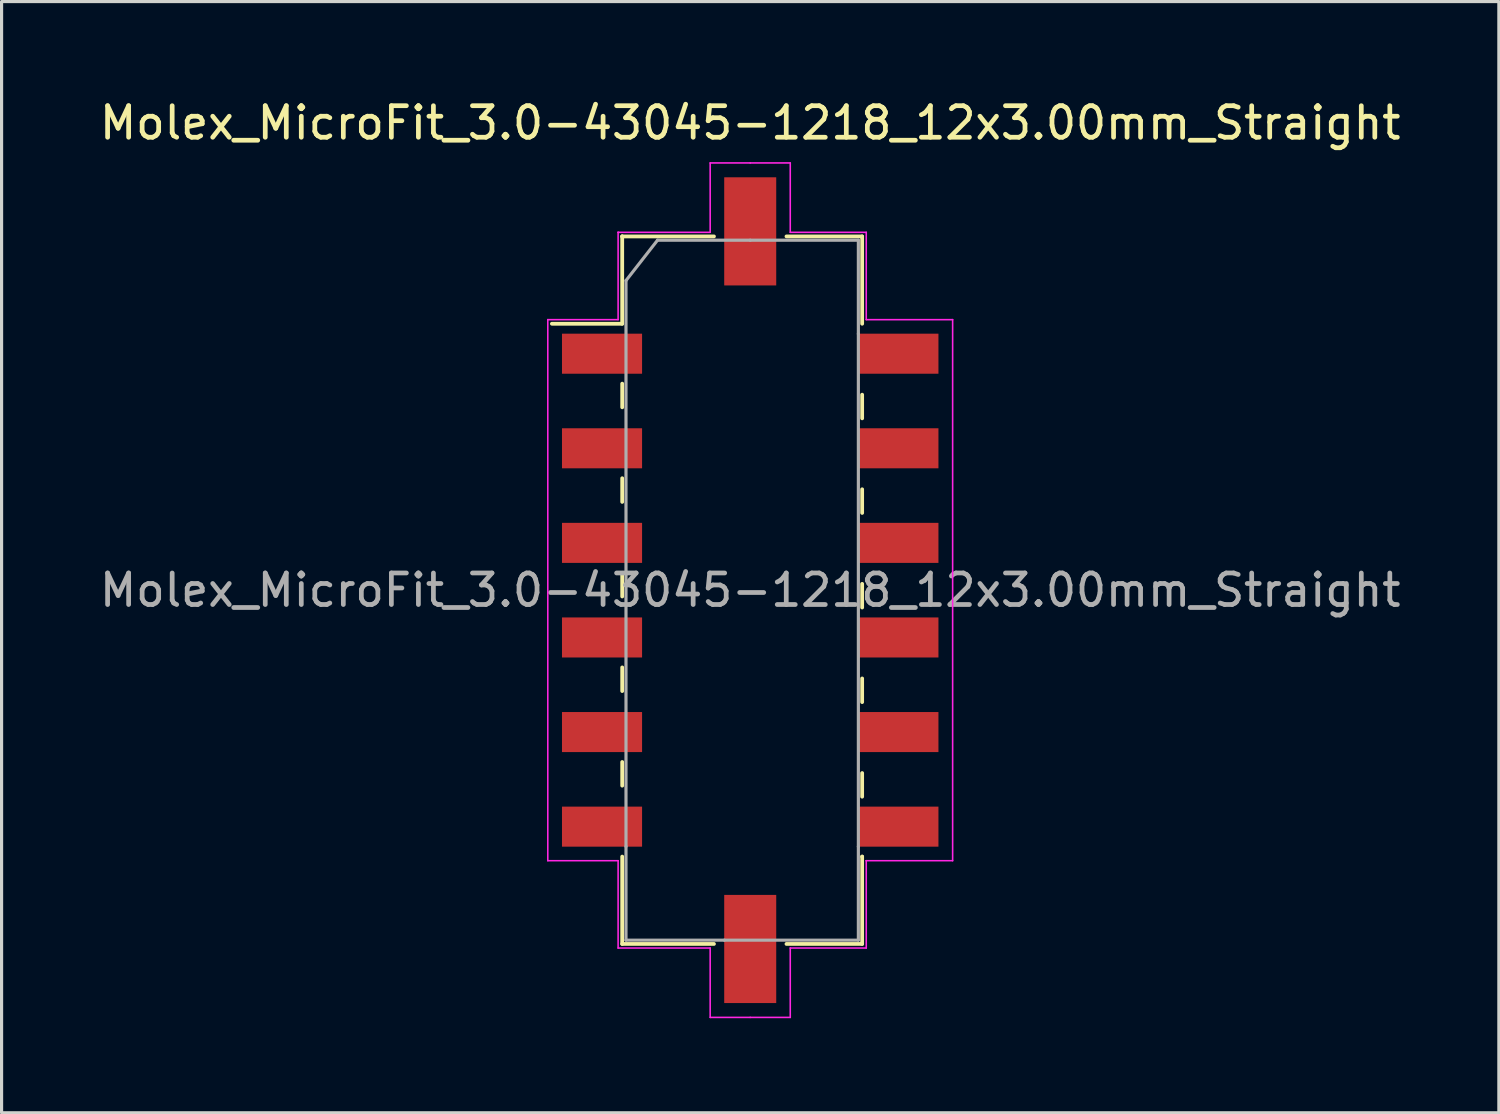
<source format=kicad_pcb>
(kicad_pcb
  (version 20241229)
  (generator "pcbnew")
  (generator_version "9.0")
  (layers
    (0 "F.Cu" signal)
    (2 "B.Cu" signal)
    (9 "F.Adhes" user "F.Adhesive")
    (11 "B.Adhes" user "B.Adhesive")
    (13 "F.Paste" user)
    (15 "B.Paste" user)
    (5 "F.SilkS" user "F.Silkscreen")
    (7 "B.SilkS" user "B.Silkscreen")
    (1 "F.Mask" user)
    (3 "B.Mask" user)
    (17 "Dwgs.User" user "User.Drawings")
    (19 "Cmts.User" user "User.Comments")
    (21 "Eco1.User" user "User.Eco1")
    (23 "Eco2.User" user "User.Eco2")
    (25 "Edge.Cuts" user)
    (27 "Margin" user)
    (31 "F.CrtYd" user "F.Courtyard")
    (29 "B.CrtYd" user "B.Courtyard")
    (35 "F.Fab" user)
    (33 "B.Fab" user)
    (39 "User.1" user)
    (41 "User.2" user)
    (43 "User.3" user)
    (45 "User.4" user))
  (footprint "Molex_MicroFit_3.0-43045-1218_12x3.00mm_Straight"
    (layer "F.Cu")
    (at 20.744 15.668)
    (property "Reference" "Molex_MicroFit_3.0-43045-1218_12x3.00mm_Straight" (at 0 -14.82 0) (layer "F.SilkS") (effects (font (size 1 1) (thickness 0.15))))
    (attr smd)
    (fp_line (start -6.29 -8.45) (end -4.06 -8.45) (stroke (width 0.12) (type solid)) (layer "F.SilkS"))
    (fp_line (start -4.06 -11.22) (end -4.06 -11.22) (stroke (width 0.12) (type solid)) (layer "F.SilkS"))
    (fp_line (start -4.06 -11.22) (end -1.15 -11.22) (stroke (width 0.12) (type solid)) (layer "F.SilkS"))
    (fp_line (start -4.06 -8.45) (end -4.06 -11.22) (stroke (width 0.12) (type solid)) (layer "F.SilkS"))
    (fp_line (start -4.06 -6.55) (end -4.06 -5.8) (stroke (width 0.12) (type solid)) (layer "F.SilkS"))
    (fp_line (start -4.06 -3.55) (end -4.06 -2.8) (stroke (width 0.12) (type solid)) (layer "F.SilkS"))
    (fp_line (start -4.06 -0.55) (end -4.06 0.2) (stroke (width 0.12) (type solid)) (layer "F.SilkS"))
    (fp_line (start -4.06 2.45) (end -4.06 3.2) (stroke (width 0.12) (type solid)) (layer "F.SilkS"))
    (fp_line (start -4.06 5.45) (end -4.06 6.2) (stroke (width 0.12) (type solid)) (layer "F.SilkS"))
    (fp_line (start -4.06 11.22) (end -4.06 8.45) (stroke (width 0.12) (type solid)) (layer "F.SilkS"))
    (fp_line (start -1.15 11.22) (end -4.06 11.22) (stroke (width 0.12) (type solid)) (layer "F.SilkS"))
    (fp_line (start 1.15 -11.22) (end 3.55 -11.22) (stroke (width 0.12) (type solid)) (layer "F.SilkS"))
    (fp_line (start 3.55 -11.22) (end 3.55 -8.45) (stroke (width 0.12) (type solid)) (layer "F.SilkS"))
    (fp_line (start 3.55 -5.45) (end 3.55 -6.2) (stroke (width 0.12) (type solid)) (layer "F.SilkS"))
    (fp_line (start 3.55 -2.45) (end 3.55 -3.2) (stroke (width 0.12) (type solid)) (layer "F.SilkS"))
    (fp_line (start 3.55 0.55) (end 3.55 -0.2) (stroke (width 0.12) (type solid)) (layer "F.SilkS"))
    (fp_line (start 3.55 3.55) (end 3.55 2.8) (stroke (width 0.12) (type solid)) (layer "F.SilkS"))
    (fp_line (start 3.55 6.55) (end 3.55 5.8) (stroke (width 0.12) (type solid)) (layer "F.SilkS"))
    (fp_line (start 3.55 8.45) (end 3.55 8.45) (stroke (width 0.12) (type solid)) (layer "F.SilkS"))
    (fp_line (start 3.55 8.45) (end 3.55 11.22) (stroke (width 0.12) (type solid)) (layer "F.SilkS"))
    (fp_line (start 3.55 11.22) (end 1.15 11.22) (stroke (width 0.12) (type solid)) (layer "F.SilkS"))
    (fp_line (start -6.42 -8.58) (end -4.19 -8.58) (stroke (width 0.05) (type solid)) (layer "F.CrtYd"))
    (fp_line (start -6.42 8.58) (end -6.42 -8.58) (stroke (width 0.05) (type solid)) (layer "F.CrtYd"))
    (fp_line (start -4.19 -11.35) (end -4.19 -11.35) (stroke (width 0.05) (type solid)) (layer "F.CrtYd"))
    (fp_line (start -4.19 -11.35) (end -1.27 -11.35) (stroke (width 0.05) (type solid)) (layer "F.CrtYd"))
    (fp_line (start -4.19 -8.58) (end -4.19 -11.35) (stroke (width 0.05) (type solid)) (layer "F.CrtYd"))
    (fp_line (start -4.19 8.58) (end -6.42 8.58) (stroke (width 0.05) (type solid)) (layer "F.CrtYd"))
    (fp_line (start -4.19 11.35) (end -4.19 8.58) (stroke (width 0.05) (type solid)) (layer "F.CrtYd"))
    (fp_line (start -1.27 -13.55) (end 0 -13.55) (stroke (width 0.05) (type solid)) (layer "F.CrtYd"))
    (fp_line (start -1.27 -11.35) (end -1.27 -13.55) (stroke (width 0.05) (type solid)) (layer "F.CrtYd"))
    (fp_line (start -1.27 11.35) (end -4.19 11.35) (stroke (width 0.05) (type solid)) (layer "F.CrtYd"))
    (fp_line (start -1.27 13.55) (end -1.27 11.35) (stroke (width 0.05) (type solid)) (layer "F.CrtYd"))
    (fp_line (start 0 -13.55) (end 1.27 -13.55) (stroke (width 0.05) (type solid)) (layer "F.CrtYd"))
    (fp_line (start 0 13.55) (end -1.27 13.55) (stroke (width 0.05) (type solid)) (layer "F.CrtYd"))
    (fp_line (start 1.27 -13.55) (end 1.27 -11.35) (stroke (width 0.05) (type solid)) (layer "F.CrtYd"))
    (fp_line (start 1.27 -11.35) (end 3.68 -11.35) (stroke (width 0.05) (type solid)) (layer "F.CrtYd"))
    (fp_line (start 1.27 11.35) (end 1.27 13.55) (stroke (width 0.05) (type solid)) (layer "F.CrtYd"))
    (fp_line (start 1.27 13.55) (end 0 13.55) (stroke (width 0.05) (type solid)) (layer "F.CrtYd"))
    (fp_line (start 3.68 -11.35) (end 3.68 -8.58) (stroke (width 0.05) (type solid)) (layer "F.CrtYd"))
    (fp_line (start 3.68 -8.58) (end 6.42 -8.58) (stroke (width 0.05) (type solid)) (layer "F.CrtYd"))
    (fp_line (start 3.68 8.58) (end 3.68 8.58) (stroke (width 0.05) (type solid)) (layer "F.CrtYd"))
    (fp_line (start 3.68 8.58) (end 3.68 11.35) (stroke (width 0.05) (type solid)) (layer "F.CrtYd"))
    (fp_line (start 3.68 11.35) (end 1.27 11.35) (stroke (width 0.05) (type solid)) (layer "F.CrtYd"))
    (fp_line (start 6.42 -8.58) (end 6.42 8.58) (stroke (width 0.05) (type solid)) (layer "F.CrtYd"))
    (fp_line (start 6.42 8.58) (end 3.68 8.58) (stroke (width 0.05) (type solid)) (layer "F.CrtYd"))
    (fp_line (start -3.94 -9.82) (end -2.94 -11.1) (stroke (width 0.1) (type solid)) (layer "F.Fab"))
    (fp_line (start -3.94 8.13) (end -3.94 -9.82) (stroke (width 0.1) (type solid)) (layer "F.Fab"))
    (fp_line (start -3.94 11.1) (end -3.94 8.13) (stroke (width 0.1) (type solid)) (layer "F.Fab"))
    (fp_line (start -2.94 -11.1) (end 0 -11.1) (stroke (width 0.1) (type solid)) (layer "F.Fab"))
    (fp_line (start -0.82 11.1) (end -3.94 11.1) (stroke (width 0.1) (type solid)) (layer "F.Fab"))
    (fp_line (start 0 -11.1) (end 3.43 -11.1) (stroke (width 0.1) (type solid)) (layer "F.Fab"))
    (fp_line (start 3.43 -11.1) (end 3.43 -8.13) (stroke (width 0.1) (type solid)) (layer "F.Fab"))
    (fp_line (start 3.43 -8.13) (end 3.43 8.13) (stroke (width 0.1) (type solid)) (layer "F.Fab"))
    (fp_line (start 3.43 8.13) (end 3.43 11.1) (stroke (width 0.1) (type solid)) (layer "F.Fab"))
    (fp_line (start 3.43 11.1) (end -0.82 11.1) (stroke (width 0.1) (type solid)) (layer "F.Fab"))
    (fp_text user "${REFERENCE}" (at 0 0 0) (layer "F.Fab") (effects (font (size 1 1) (thickness 0.15))))
    (pad "" smd rect (at 0 -11.38) (size 1.65 3.43) (layers "F.Cu" "F.Mask" "F.Paste"))
    (pad "" smd rect (at 0 11.38) (size 1.65 3.43) (layers "F.Cu" "F.Mask" "F.Paste"))
    (pad "1" smd rect (at -4.7 -7.5) (size 2.54 1.27) (layers "F.Cu" "F.Mask" "F.Paste"))
    (pad "2" smd rect (at -4.7 -4.5) (size 2.54 1.27) (layers "F.Cu" "F.Mask" "F.Paste"))
    (pad "3" smd rect (at -4.7 -1.5) (size 2.54 1.27) (layers "F.Cu" "F.Mask" "F.Paste"))
    (pad "4" smd rect (at -4.7 1.5) (size 2.54 1.27) (layers "F.Cu" "F.Mask" "F.Paste"))
    (pad "5" smd rect (at -4.7 4.5) (size 2.54 1.27) (layers "F.Cu" "F.Mask" "F.Paste"))
    (pad "6" smd rect (at -4.7 7.5) (size 2.54 1.27) (layers "F.Cu" "F.Mask" "F.Paste"))
    (pad "7" smd rect (at 4.7 7.5) (size 2.54 1.27) (layers "F.Cu" "F.Mask" "F.Paste"))
    (pad "8" smd rect (at 4.7 4.5) (size 2.54 1.27) (layers "F.Cu" "F.Mask" "F.Paste"))
    (pad "9" smd rect (at 4.7 1.5) (size 2.54 1.27) (layers "F.Cu" "F.Mask" "F.Paste"))
    (pad "10" smd rect (at 4.7 -1.5) (size 2.54 1.27) (layers "F.Cu" "F.Mask" "F.Paste"))
    (pad "11" smd rect (at 4.7 -4.5) (size 2.54 1.27) (layers "F.Cu" "F.Mask" "F.Paste"))
    (pad "12" smd rect (at 4.7 -7.5) (size 2.54 1.27) (layers "F.Cu" "F.Mask" "F.Paste")))
  (gr_rect
    (start -3 -3)
    (end 44.488 32.243)
    (stroke (width 0.1) (type default))
    (fill no)
    (layer "Edge.Cuts")))
</source>
